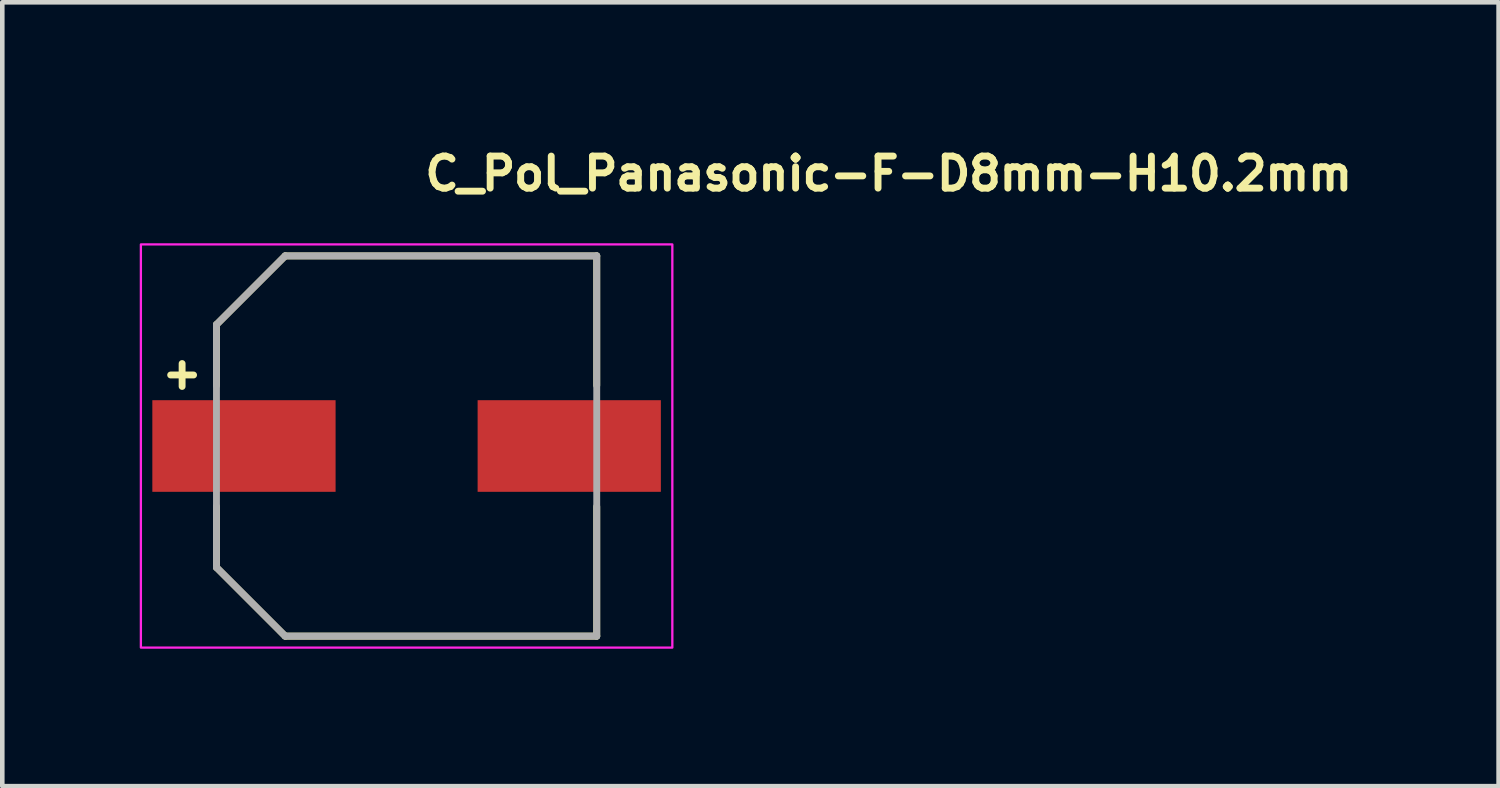
<source format=kicad_pcb>
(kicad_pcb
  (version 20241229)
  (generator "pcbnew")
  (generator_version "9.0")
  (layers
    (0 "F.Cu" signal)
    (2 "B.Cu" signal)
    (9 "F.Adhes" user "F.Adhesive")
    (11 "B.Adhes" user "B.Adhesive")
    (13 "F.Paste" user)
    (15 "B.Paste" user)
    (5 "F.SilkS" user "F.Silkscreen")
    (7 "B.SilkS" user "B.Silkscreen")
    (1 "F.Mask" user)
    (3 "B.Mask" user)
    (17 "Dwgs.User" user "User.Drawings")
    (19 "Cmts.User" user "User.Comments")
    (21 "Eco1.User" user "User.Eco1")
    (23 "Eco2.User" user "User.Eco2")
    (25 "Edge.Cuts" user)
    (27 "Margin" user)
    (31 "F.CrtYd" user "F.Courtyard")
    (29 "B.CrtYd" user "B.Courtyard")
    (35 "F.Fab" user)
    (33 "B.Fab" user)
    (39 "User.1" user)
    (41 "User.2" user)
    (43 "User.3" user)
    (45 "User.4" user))
  (footprint "C_Pol_Panasonic-F-D8mm-H10.2mm"
    (layer "F.Cu")
    (at 5.825 6.685)
    (property "Reference" "C_Pol_Panasonic-F-D8mm-H10.2mm" (at 0.325 -5.535 0) (layer "F.SilkS") (effects (font (size 0.7 0.7) (thickness 0.15)) (justify left bottom)))
    (attr smd)
    (fp_line (start -5.15 -1.55) (end -4.65 -1.55) (stroke (width 0.15) (type solid)) (layer "F.SilkS"))
    (fp_line (start -4.9 -1.8) (end -4.9 -1.3) (stroke (width 0.15) (type solid)) (layer "F.SilkS"))
    (fp_line (start -4.15 -2.65) (end -4.15 -1.32) (stroke (width 0.15) (type solid)) (layer "F.SilkS"))
    (fp_line (start -4.15 1.32) (end -4.15 2.65) (stroke (width 0.15) (type solid)) (layer "F.SilkS"))
    (fp_line (start -4.15 2.65) (end -2.65 4.15) (stroke (width 0.15) (type solid)) (layer "F.SilkS"))
    (fp_line (start -2.65 -4.15) (end -4.15 -2.65) (stroke (width 0.15) (type solid)) (layer "F.SilkS"))
    (fp_line (start -2.65 4.15) (end 4.15 4.15) (stroke (width 0.15) (type solid)) (layer "F.SilkS"))
    (fp_line (start 4.15 -4.15) (end -2.65 -4.15) (stroke (width 0.15) (type solid)) (layer "F.SilkS"))
    (fp_line (start 4.15 -1.32) (end 4.15 -4.15) (stroke (width 0.15) (type solid)) (layer "F.SilkS"))
    (fp_line (start 4.15 4.15) (end 4.15 1.32) (stroke (width 0.15) (type solid)) (layer "F.SilkS"))
    (fp_rect (start -5.8 -4.4) (end 5.8 4.4) (stroke (width 0.05) (type solid)) (fill no) (layer "F.CrtYd"))
    (fp_line (start -4.15 -2.65) (end -4.15 2.65) (stroke (width 0.15) (type solid)) (layer "F.Fab"))
    (fp_line (start -4.15 2.65) (end -2.65 4.15) (stroke (width 0.15) (type solid)) (layer "F.Fab"))
    (fp_line (start -2.65 -4.15) (end -4.15 -2.65) (stroke (width 0.15) (type solid)) (layer "F.Fab"))
    (fp_line (start -2.65 4.15) (end 4.15 4.15) (stroke (width 0.15) (type solid)) (layer "F.Fab"))
    (fp_line (start 4.15 -4.15) (end -2.65 -4.15) (stroke (width 0.15) (type solid)) (layer "F.Fab"))
    (fp_line (start 4.15 4.15) (end 4.15 -4.15) (stroke (width 0.15) (type solid)) (layer "F.Fab"))
    (fp_rect (start -4.85 -4.15) (end 4.85 4.15) (stroke (width 0.1) (type solid)) (fill no) (layer "User.5"))
    (fp_line (start -4.85 -0.45) (end -4.85 0.45) (stroke (width 0.02) (type solid)) (layer "User.9"))
    (fp_line (start -4.85 -0.45) (end -4.15 -0.45) (stroke (width 0.02) (type solid)) (layer "User.9"))
    (fp_line (start -4.85 0.45) (end -4.15 0.45) (stroke (width 0.02) (type solid)) (layer "User.9"))
    (fp_line (start -4.15 -1.5) (end -4.15 -2.35) (stroke (width 0.02) (type solid)) (layer "User.9"))
    (fp_line (start -4.15 1.5) (end -4.15 -1.5) (stroke (width 0.02) (type solid)) (layer "User.9"))
    (fp_line (start -4.15 1.5) (end -3.816 1.5) (stroke (width 0.02) (type solid)) (layer "User.9"))
    (fp_line (start -4.15 2.35) (end -4.15 1.5) (stroke (width 0.02) (type solid)) (layer "User.9"))
    (fp_line (start -4.15 2.35) (end -2.35 4.15) (stroke (width 0.02) (type solid)) (layer "User.9"))
    (fp_line (start -4 0) (end -3.996 -0.177) (stroke (width 0.02) (type solid)) (layer "User.9"))
    (fp_line (start -3.996 -0.177) (end -3.984 -0.354) (stroke (width 0.02) (type solid)) (layer "User.9"))
    (fp_line (start -3.996 0.177) (end -4 0) (stroke (width 0.02) (type solid)) (layer "User.9"))
    (fp_line (start -3.996 0.177) (end -4 0) (stroke (width 0.02) (type solid)) (layer "User.9"))
    (fp_line (start -3.984 -0.354) (end -3.965 -0.529) (stroke (width 0.02) (type solid)) (layer "User.9"))
    (fp_line (start -3.984 0.354) (end -3.996 0.177) (stroke (width 0.02) (type solid)) (layer "User.9"))
    (fp_line (start -3.984 0.354) (end -3.996 0.177) (stroke (width 0.02) (type solid)) (layer "User.9"))
    (fp_line (start -3.965 -0.529) (end -3.938 -0.704) (stroke (width 0.02) (type solid)) (layer "User.9"))
    (fp_line (start -3.965 0.529) (end -3.984 0.354) (stroke (width 0.02) (type solid)) (layer "User.9"))
    (fp_line (start -3.965 0.529) (end -3.984 0.354) (stroke (width 0.02) (type solid)) (layer "User.9"))
    (fp_line (start -3.938 -0.704) (end -3.903 -0.878) (stroke (width 0.02) (type solid)) (layer "User.9"))
    (fp_line (start -3.938 0.704) (end -3.965 0.529) (stroke (width 0.02) (type solid)) (layer "User.9"))
    (fp_line (start -3.938 0.704) (end -3.965 0.529) (stroke (width 0.02) (type solid)) (layer "User.9"))
    (fp_line (start -3.903 -0.878) (end -3.86 -1.05) (stroke (width 0.02) (type solid)) (layer "User.9"))
    (fp_line (start -3.903 0.878) (end -3.938 0.704) (stroke (width 0.02) (type solid)) (layer "User.9"))
    (fp_line (start -3.903 0.878) (end -3.938 0.704) (stroke (width 0.02) (type solid)) (layer "User.9"))
    (fp_line (start -3.86 -1.05) (end -3.81 -1.219) (stroke (width 0.02) (type solid)) (layer "User.9"))
    (fp_line (start -3.86 1.05) (end -3.903 0.878) (stroke (width 0.02) (type solid)) (layer "User.9"))
    (fp_line (start -3.86 1.05) (end -3.903 0.878) (stroke (width 0.02) (type solid)) (layer "User.9"))
    (fp_line (start -3.816 -1.5) (end -4.15 -1.5) (stroke (width 0.02) (type solid)) (layer "User.9"))
    (fp_line (start -3.816 1.5) (end -3.747 1.664) (stroke (width 0.02) (type solid)) (layer "User.9"))
    (fp_line (start -3.81 -1.219) (end -3.752 -1.387) (stroke (width 0.02) (type solid)) (layer "User.9"))
    (fp_line (start -3.81 1.219) (end -3.86 1.05) (stroke (width 0.02) (type solid)) (layer "User.9"))
    (fp_line (start -3.81 1.219) (end -3.86 1.05) (stroke (width 0.02) (type solid)) (layer "User.9"))
    (fp_line (start -3.752 -1.387) (end -3.687 -1.551) (stroke (width 0.02) (type solid)) (layer "User.9"))
    (fp_line (start -3.752 1.387) (end -3.81 1.219) (stroke (width 0.02) (type solid)) (layer "User.9"))
    (fp_line (start -3.752 1.387) (end -3.81 1.219) (stroke (width 0.02) (type solid)) (layer "User.9"))
    (fp_line (start -3.747 -1.664) (end -3.816 -1.5) (stroke (width 0.02) (type solid)) (layer "User.9"))
    (fp_line (start -3.747 1.664) (end -3.672 1.824) (stroke (width 0.02) (type solid)) (layer "User.9"))
    (fp_line (start -3.687 -1.551) (end -3.615 -1.713) (stroke (width 0.02) (type solid)) (layer "User.9"))
    (fp_line (start -3.687 1.551) (end -3.752 1.387) (stroke (width 0.02) (type solid)) (layer "User.9"))
    (fp_line (start -3.687 1.551) (end -3.752 1.387) (stroke (width 0.02) (type solid)) (layer "User.9"))
    (fp_line (start -3.672 -1.824) (end -3.747 -1.664) (stroke (width 0.02) (type solid)) (layer "User.9"))
    (fp_line (start -3.672 1.824) (end -3.59 1.981) (stroke (width 0.02) (type solid)) (layer "User.9"))
    (fp_line (start -3.615 -1.713) (end -3.535 -1.871) (stroke (width 0.02) (type solid)) (layer "User.9"))
    (fp_line (start -3.615 1.713) (end -3.687 1.551) (stroke (width 0.02) (type solid)) (layer "User.9"))
    (fp_line (start -3.615 1.713) (end -3.687 1.551) (stroke (width 0.02) (type solid)) (layer "User.9"))
    (fp_line (start -3.59 -1.981) (end -3.672 -1.824) (stroke (width 0.02) (type solid)) (layer "User.9"))
    (fp_line (start -3.59 1.981) (end -3.501 2.134) (stroke (width 0.02) (type solid)) (layer "User.9"))
    (fp_line (start -3.535 -1.871) (end -3.449 -2.025) (stroke (width 0.02) (type solid)) (layer "User.9"))
    (fp_line (start -3.535 1.871) (end -3.615 1.713) (stroke (width 0.02) (type solid)) (layer "User.9"))
    (fp_line (start -3.535 1.871) (end -3.615 1.713) (stroke (width 0.02) (type solid)) (layer "User.9"))
    (fp_line (start -3.501 -2.134) (end -3.59 -1.981) (stroke (width 0.02) (type solid)) (layer "User.9"))
    (fp_line (start -3.501 2.134) (end -3.405 2.284) (stroke (width 0.02) (type solid)) (layer "User.9"))
    (fp_line (start -3.5 0) (end -3.499 -0.086) (stroke (width 0.02) (type solid)) (layer "User.9"))
    (fp_line (start -3.499 -0.086) (end -3.496 -0.172) (stroke (width 0.02) (type solid)) (layer "User.9"))
    (fp_line (start -3.499 0.086) (end -3.5 0) (stroke (width 0.02) (type solid)) (layer "User.9"))
    (fp_line (start -3.496 -0.172) (end -3.49 -0.26) (stroke (width 0.02) (type solid)) (layer "User.9"))
    (fp_line (start -3.496 0.172) (end -3.499 0.086) (stroke (width 0.02) (type solid)) (layer "User.9"))
    (fp_line (start -3.49 -0.26) (end -3.483 -0.348) (stroke (width 0.02) (type solid)) (layer "User.9"))
    (fp_line (start -3.49 0.26) (end -3.496 0.172) (stroke (width 0.02) (type solid)) (layer "User.9"))
    (fp_line (start -3.483 -0.348) (end -3.473 -0.437) (stroke (width 0.02) (type solid)) (layer "User.9"))
    (fp_line (start -3.483 0.348) (end -3.49 0.26) (stroke (width 0.02) (type solid)) (layer "User.9"))
    (fp_line (start -3.473 -0.437) (end -3.46 -0.527) (stroke (width 0.02) (type solid)) (layer "User.9"))
    (fp_line (start -3.473 0.437) (end -3.483 0.348) (stroke (width 0.02) (type solid)) (layer "User.9"))
    (fp_line (start -3.46 -0.527) (end -3.445 -0.617) (stroke (width 0.02) (type solid)) (layer "User.9"))
    (fp_line (start -3.46 0.527) (end -3.473 0.437) (stroke (width 0.02) (type solid)) (layer "User.9"))
    (fp_line (start -3.449 -2.025) (end -3.356 -2.176) (stroke (width 0.02) (type solid)) (layer "User.9"))
    (fp_line (start -3.449 2.025) (end -3.535 1.871) (stroke (width 0.02) (type solid)) (layer "User.9"))
    (fp_line (start -3.449 2.025) (end -3.535 1.871) (stroke (width 0.02) (type solid)) (layer "User.9"))
    (fp_line (start -3.445 -0.617) (end -3.428 -0.708) (stroke (width 0.02) (type solid)) (layer "User.9"))
    (fp_line (start -3.445 0.617) (end -3.46 0.527) (stroke (width 0.02) (type solid)) (layer "User.9"))
    (fp_line (start -3.428 -0.708) (end -3.408 -0.799) (stroke (width 0.02) (type solid)) (layer "User.9"))
    (fp_line (start -3.428 0.708) (end -3.445 0.617) (stroke (width 0.02) (type solid)) (layer "User.9"))
    (fp_line (start -3.408 -0.799) (end -3.385 -0.89) (stroke (width 0.02) (type solid)) (layer "User.9"))
    (fp_line (start -3.408 0.799) (end -3.428 0.708) (stroke (width 0.02) (type solid)) (layer "User.9"))
    (fp_line (start -3.405 -2.284) (end -3.501 -2.134) (stroke (width 0.02) (type solid)) (layer "User.9"))
    (fp_line (start -3.405 2.284) (end -3.303 2.429) (stroke (width 0.02) (type solid)) (layer "User.9"))
    (fp_line (start -3.385 -0.89) (end -3.36 -0.982) (stroke (width 0.02) (type solid)) (layer "User.9"))
    (fp_line (start -3.385 0.89) (end -3.408 0.799) (stroke (width 0.02) (type solid)) (layer "User.9"))
    (fp_line (start -3.36 -0.982) (end -3.331 -1.073) (stroke (width 0.02) (type solid)) (layer "User.9"))
    (fp_line (start -3.36 0.982) (end -3.385 0.89) (stroke (width 0.02) (type solid)) (layer "User.9"))
    (fp_line (start -3.356 -2.176) (end -3.257 -2.322) (stroke (width 0.02) (type solid)) (layer "User.9"))
    (fp_line (start -3.356 2.176) (end -3.449 2.025) (stroke (width 0.02) (type solid)) (layer "User.9"))
    (fp_line (start -3.356 2.176) (end -3.449 2.025) (stroke (width 0.02) (type solid)) (layer "User.9"))
    (fp_line (start -3.331 -1.073) (end -3.301 -1.165) (stroke (width 0.02) (type solid)) (layer "User.9"))
    (fp_line (start -3.331 1.073) (end -3.36 0.982) (stroke (width 0.02) (type solid)) (layer "User.9"))
    (fp_line (start -3.303 -2.429) (end -3.405 -2.284) (stroke (width 0.02) (type solid)) (layer "User.9"))
    (fp_line (start -3.303 2.429) (end -3.195 2.569) (stroke (width 0.02) (type solid)) (layer "User.9"))
    (fp_line (start -3.301 -1.165) (end -3.267 -1.256) (stroke (width 0.02) (type solid)) (layer "User.9"))
    (fp_line (start -3.301 1.165) (end -3.331 1.073) (stroke (width 0.02) (type solid)) (layer "User.9"))
    (fp_line (start -3.267 -1.256) (end -3.23 -1.347) (stroke (width 0.02) (type solid)) (layer "User.9"))
    (fp_line (start -3.267 1.256) (end -3.301 1.165) (stroke (width 0.02) (type solid)) (layer "User.9"))
    (fp_line (start -3.257 -2.322) (end -3.151 -2.464) (stroke (width 0.02) (type solid)) (layer "User.9"))
    (fp_line (start -3.257 2.322) (end -3.356 2.176) (stroke (width 0.02) (type solid)) (layer "User.9"))
    (fp_line (start -3.257 2.322) (end -3.356 2.176) (stroke (width 0.02) (type solid)) (layer "User.9"))
    (fp_line (start -3.23 -1.347) (end -3.191 -1.438) (stroke (width 0.02) (type solid)) (layer "User.9"))
    (fp_line (start -3.23 1.347) (end -3.267 1.256) (stroke (width 0.02) (type solid)) (layer "User.9"))
    (fp_line (start -3.195 -2.569) (end -3.303 -2.429) (stroke (width 0.02) (type solid)) (layer "User.9"))
    (fp_line (start -3.195 2.569) (end -3.081 2.705) (stroke (width 0.02) (type solid)) (layer "User.9"))
    (fp_line (start -3.191 -1.438) (end -3.149 -1.528) (stroke (width 0.02) (type solid)) (layer "User.9"))
    (fp_line (start -3.191 1.438) (end -3.23 1.347) (stroke (width 0.02) (type solid)) (layer "User.9"))
    (fp_line (start -3.151 -2.464) (end -3.039 -2.601) (stroke (width 0.02) (type solid)) (layer "User.9"))
    (fp_line (start -3.151 2.464) (end -3.257 2.322) (stroke (width 0.02) (type solid)) (layer "User.9"))
    (fp_line (start -3.151 2.464) (end -3.257 2.322) (stroke (width 0.02) (type solid)) (layer "User.9"))
    (fp_line (start -3.149 -1.528) (end -3.104 -1.617) (stroke (width 0.02) (type solid)) (layer "User.9"))
    (fp_line (start -3.149 1.528) (end -3.191 1.438) (stroke (width 0.02) (type solid)) (layer "User.9"))
    (fp_line (start -3.104 -1.617) (end -3.056 -1.706) (stroke (width 0.02) (type solid)) (layer "User.9"))
    (fp_line (start -3.104 1.617) (end -3.149 1.528) (stroke (width 0.02) (type solid)) (layer "User.9"))
    (fp_line (start -3.081 -2.705) (end -3.195 -2.569) (stroke (width 0.02) (type solid)) (layer "User.9"))
    (fp_line (start -3.081 2.705) (end -2.961 2.836) (stroke (width 0.02) (type solid)) (layer "User.9"))
    (fp_line (start -3.056 -1.706) (end -3.006 -1.793) (stroke (width 0.02) (type solid)) (layer "User.9"))
    (fp_line (start -3.056 1.706) (end -3.104 1.617) (stroke (width 0.02) (type solid)) (layer "User.9"))
    (fp_line (start -3.039 -2.601) (end -2.921 -2.733) (stroke (width 0.02) (type solid)) (layer "User.9"))
    (fp_line (start -3.039 2.601) (end -3.151 2.464) (stroke (width 0.02) (type solid)) (layer "User.9"))
    (fp_line (start -3.039 2.601) (end -3.151 2.464) (stroke (width 0.02) (type solid)) (layer "User.9"))
    (fp_line (start -3.006 -1.793) (end -2.952 -1.88) (stroke (width 0.02) (type solid)) (layer "User.9"))
    (fp_line (start -3.006 1.793) (end -3.056 1.706) (stroke (width 0.02) (type solid)) (layer "User.9"))
    (fp_line (start -2.961 -2.836) (end -3.081 -2.705) (stroke (width 0.02) (type solid)) (layer "User.9"))
    (fp_line (start -2.961 2.836) (end -2.836 2.961) (stroke (width 0.02) (type solid)) (layer "User.9"))
    (fp_line (start -2.952 -1.88) (end -2.896 -1.965) (stroke (width 0.02) (type solid)) (layer "User.9"))
    (fp_line (start -2.952 1.88) (end -3.006 1.793) (stroke (width 0.02) (type solid)) (layer "User.9"))
    (fp_line (start -2.921 -2.733) (end -2.797 -2.86) (stroke (width 0.02) (type solid)) (layer "User.9"))
    (fp_line (start -2.921 2.733) (end -3.039 2.601) (stroke (width 0.02) (type solid)) (layer "User.9"))
    (fp_line (start -2.921 2.733) (end -3.039 2.601) (stroke (width 0.02) (type solid)) (layer "User.9"))
    (fp_line (start -2.896 -1.965) (end -2.837 -2.049) (stroke (width 0.02) (type solid)) (layer "User.9"))
    (fp_line (start -2.896 1.965) (end -2.952 1.88) (stroke (width 0.02) (type solid)) (layer "User.9"))
    (fp_line (start -2.837 -2.049) (end -2.776 -2.132) (stroke (width 0.02) (type solid)) (layer "User.9"))
    (fp_line (start -2.837 2.049) (end -2.896 1.965) (stroke (width 0.02) (type solid)) (layer "User.9"))
    (fp_line (start -2.836 -2.961) (end -2.961 -2.836) (stroke (width 0.02) (type solid)) (layer "User.9"))
    (fp_line (start -2.836 2.961) (end -2.705 3.081) (stroke (width 0.02) (type solid)) (layer "User.9"))
    (fp_line (start -2.797 -2.86) (end -2.668 -2.98) (stroke (width 0.02) (type solid)) (layer "User.9"))
    (fp_line (start -2.797 2.86) (end -2.921 2.733) (stroke (width 0.02) (type solid)) (layer "User.9"))
    (fp_line (start -2.797 2.86) (end -2.921 2.733) (stroke (width 0.02) (type solid)) (layer "User.9"))
    (fp_line (start -2.776 -2.132) (end -2.711 -2.213) (stroke (width 0.02) (type solid)) (layer "User.9"))
    (fp_line (start -2.776 2.132) (end -2.837 2.049) (stroke (width 0.02) (type solid)) (layer "User.9"))
    (fp_line (start -2.711 -2.213) (end -2.645 -2.293) (stroke (width 0.02) (type solid)) (layer "User.9"))
    (fp_line (start -2.711 2.213) (end -2.776 2.132) (stroke (width 0.02) (type solid)) (layer "User.9"))
    (fp_line (start -2.705 -3.081) (end -2.836 -2.961) (stroke (width 0.02) (type solid)) (layer "User.9"))
    (fp_line (start -2.705 3.081) (end -2.569 3.195) (stroke (width 0.02) (type solid)) (layer "User.9"))
    (fp_line (start -2.668 -2.98) (end -2.533 -3.096) (stroke (width 0.02) (type solid)) (layer "User.9"))
    (fp_line (start -2.668 2.98) (end -2.797 2.86) (stroke (width 0.02) (type solid)) (layer "User.9"))
    (fp_line (start -2.668 2.98) (end -2.797 2.86) (stroke (width 0.02) (type solid)) (layer "User.9"))
    (fp_line (start -2.645 -2.293) (end -2.575 -2.37) (stroke (width 0.02) (type solid)) (layer "User.9"))
    (fp_line (start -2.645 2.293) (end -2.711 2.213) (stroke (width 0.02) (type solid)) (layer "User.9"))
    (fp_line (start -2.575 -2.37) (end -2.503 -2.446) (stroke (width 0.02) (type solid)) (layer "User.9"))
    (fp_line (start -2.575 2.37) (end -2.645 2.293) (stroke (width 0.02) (type solid)) (layer "User.9"))
    (fp_line (start -2.569 -3.195) (end -2.705 -3.081) (stroke (width 0.02) (type solid)) (layer "User.9"))
    (fp_line (start -2.569 3.195) (end -2.429 3.303) (stroke (width 0.02) (type solid)) (layer "User.9"))
    (fp_line (start -2.533 -3.096) (end -2.394 -3.205) (stroke (width 0.02) (type solid)) (layer "User.9"))
    (fp_line (start -2.533 3.096) (end -2.668 2.98) (stroke (width 0.02) (type solid)) (layer "User.9"))
    (fp_line (start -2.533 3.096) (end -2.668 2.98) (stroke (width 0.02) (type solid)) (layer "User.9"))
    (fp_line (start -2.503 -2.446) (end -2.429 -2.52) (stroke (width 0.02) (type solid)) (layer "User.9"))
    (fp_line (start -2.503 2.446) (end -2.575 2.37) (stroke (width 0.02) (type solid)) (layer "User.9"))
    (fp_line (start -2.429 -3.303) (end -2.569 -3.195) (stroke (width 0.02) (type solid)) (layer "User.9"))
    (fp_line (start -2.429 -2.52) (end -2.353 -2.591) (stroke (width 0.02) (type solid)) (layer "User.9"))
    (fp_line (start -2.429 2.52) (end -2.503 2.446) (stroke (width 0.02) (type solid)) (layer "User.9"))
    (fp_line (start -2.429 3.303) (end -2.284 3.405) (stroke (width 0.02) (type solid)) (layer "User.9"))
    (fp_line (start -2.394 -3.205) (end -2.25 -3.307) (stroke (width 0.02) (type solid)) (layer "User.9"))
    (fp_line (start -2.394 3.205) (end -2.533 3.096) (stroke (width 0.02) (type solid)) (layer "User.9"))
    (fp_line (start -2.394 3.205) (end -2.533 3.096) (stroke (width 0.02) (type solid)) (layer "User.9"))
    (fp_line (start -2.353 -2.591) (end -2.274 -2.66) (stroke (width 0.02) (type solid)) (layer "User.9"))
    (fp_line (start -2.353 2.591) (end -2.429 2.52) (stroke (width 0.02) (type solid)) (layer "User.9"))
    (fp_line (start -2.35 -4.15) (end -4.15 -2.35) (stroke (width 0.02) (type solid)) (layer "User.9"))
    (fp_line (start -2.35 -4.15) (end -1.5 -4.15) (stroke (width 0.02) (type solid)) (layer "User.9"))
    (fp_line (start -2.35 4.15) (end -1.5 4.15) (stroke (width 0.02) (type solid)) (layer "User.9"))
    (fp_line (start -2.284 -3.405) (end -2.429 -3.303) (stroke (width 0.02) (type solid)) (layer "User.9"))
    (fp_line (start -2.284 3.405) (end -2.134 3.501) (stroke (width 0.02) (type solid)) (layer "User.9"))
    (fp_line (start -2.274 -2.66) (end -2.194 -2.727) (stroke (width 0.02) (type solid)) (layer "User.9"))
    (fp_line (start -2.274 2.66) (end -2.353 2.591) (stroke (width 0.02) (type solid)) (layer "User.9"))
    (fp_line (start -2.25 -3.307) (end -2.101 -3.404) (stroke (width 0.02) (type solid)) (layer "User.9"))
    (fp_line (start -2.25 3.307) (end -2.394 3.205) (stroke (width 0.02) (type solid)) (layer "User.9"))
    (fp_line (start -2.25 3.307) (end -2.394 3.205) (stroke (width 0.02) (type solid)) (layer "User.9"))
    (fp_line (start -2.194 -2.727) (end -2.111 -2.792) (stroke (width 0.02) (type solid)) (layer "User.9"))
    (fp_line (start -2.194 2.727) (end -2.274 2.66) (stroke (width 0.02) (type solid)) (layer "User.9"))
    (fp_line (start -2.134 -3.501) (end -2.284 -3.405) (stroke (width 0.02) (type solid)) (layer "User.9"))
    (fp_line (start -2.134 3.501) (end -1.981 3.59) (stroke (width 0.02) (type solid)) (layer "User.9"))
    (fp_line (start -2.111 -2.792) (end -2.027 -2.854) (stroke (width 0.02) (type solid)) (layer "User.9"))
    (fp_line (start -2.111 2.792) (end -2.194 2.727) (stroke (width 0.02) (type solid)) (layer "User.9"))
    (fp_line (start -2.101 -3.404) (end -1.949 -3.493) (stroke (width 0.02) (type solid)) (layer "User.9"))
    (fp_line (start -2.101 3.404) (end -2.25 3.307) (stroke (width 0.02) (type solid)) (layer "User.9"))
    (fp_line (start -2.101 3.404) (end -2.25 3.307) (stroke (width 0.02) (type solid)) (layer "User.9"))
    (fp_line (start -2.027 -2.854) (end -1.94 -2.913) (stroke (width 0.02) (type solid)) (layer "User.9"))
    (fp_line (start -2.027 2.854) (end -2.111 2.792) (stroke (width 0.02) (type solid)) (layer "User.9"))
    (fp_line (start -1.981 -3.59) (end -2.134 -3.501) (stroke (width 0.02) (type solid)) (layer "User.9"))
    (fp_line (start -1.981 3.59) (end -1.824 3.672) (stroke (width 0.02) (type solid)) (layer "User.9"))
    (fp_line (start -1.949 -3.493) (end -1.792 -3.576) (stroke (width 0.02) (type solid)) (layer "User.9"))
    (fp_line (start -1.949 3.493) (end -2.101 3.404) (stroke (width 0.02) (type solid)) (layer "User.9"))
    (fp_line (start -1.949 3.493) (end -2.101 3.404) (stroke (width 0.02) (type solid)) (layer "User.9"))
    (fp_line (start -1.94 -2.913) (end -1.853 -2.969) (stroke (width 0.02) (type solid)) (layer "User.9"))
    (fp_line (start -1.94 2.913) (end -2.027 2.854) (stroke (width 0.02) (type solid)) (layer "User.9"))
    (fp_line (start -1.853 -2.969) (end -1.763 -3.023) (stroke (width 0.02) (type solid)) (layer "User.9"))
    (fp_line (start -1.853 2.969) (end -1.94 2.913) (stroke (width 0.02) (type solid)) (layer "User.9"))
    (fp_line (start -1.824 -3.672) (end -1.981 -3.59) (stroke (width 0.02) (type solid)) (layer "User.9"))
    (fp_line (start -1.824 3.672) (end -1.664 3.747) (stroke (width 0.02) (type solid)) (layer "User.9"))
    (fp_line (start -1.792 -3.576) (end -1.632 -3.652) (stroke (width 0.02) (type solid)) (layer "User.9"))
    (fp_line (start -1.792 3.576) (end -1.949 3.493) (stroke (width 0.02) (type solid)) (layer "User.9"))
    (fp_line (start -1.792 3.576) (end -1.949 3.493) (stroke (width 0.02) (type solid)) (layer "User.9"))
    (fp_line (start -1.763 -3.023) (end -1.673 -3.074) (stroke (width 0.02) (type solid)) (layer "User.9"))
    (fp_line (start -1.763 3.023) (end -1.853 2.969) (stroke (width 0.02) (type solid)) (layer "User.9"))
    (fp_line (start -1.673 -3.074) (end -1.581 -3.123) (stroke (width 0.02) (type solid)) (layer "User.9"))
    (fp_line (start -1.673 3.074) (end -1.763 3.023) (stroke (width 0.02) (type solid)) (layer "User.9"))
    (fp_line (start -1.664 -3.747) (end -1.824 -3.672) (stroke (width 0.02) (type solid)) (layer "User.9"))
    (fp_line (start -1.664 3.747) (end -1.5 3.816) (stroke (width 0.02) (type solid)) (layer "User.9"))
    (fp_line (start -1.632 -3.652) (end -1.469 -3.72) (stroke (width 0.02) (type solid)) (layer "User.9"))
    (fp_line (start -1.632 3.652) (end -1.792 3.576) (stroke (width 0.02) (type solid)) (layer "User.9"))
    (fp_line (start -1.632 3.652) (end -1.792 3.576) (stroke (width 0.02) (type solid)) (layer "User.9"))
    (fp_line (start -1.581 -3.123) (end -1.488 -3.168) (stroke (width 0.02) (type solid)) (layer "User.9"))
    (fp_line (start -1.581 3.123) (end -1.673 3.074) (stroke (width 0.02) (type solid)) (layer "User.9"))
    (fp_line (start -1.5 -4.15) (end -1.5 -3.816) (stroke (width 0.02) (type solid)) (layer "User.9"))
    (fp_line (start -1.5 -3.816) (end -1.664 -3.747) (stroke (width 0.02) (type solid)) (layer "User.9"))
    (fp_line (start -1.5 3.816) (end -1.5 4.15) (stroke (width 0.02) (type solid)) (layer "User.9"))
    (fp_line (start -1.5 4.15) (end 1.5 4.15) (stroke (width 0.02) (type solid)) (layer "User.9"))
    (fp_line (start -1.488 -3.168) (end -1.394 -3.21) (stroke (width 0.02) (type solid)) (layer "User.9"))
    (fp_line (start -1.488 3.168) (end -1.581 3.123) (stroke (width 0.02) (type solid)) (layer "User.9"))
    (fp_line (start -1.469 -3.72) (end -1.303 -3.782) (stroke (width 0.02) (type solid)) (layer "User.9"))
    (fp_line (start -1.469 3.72) (end -1.632 3.652) (stroke (width 0.02) (type solid)) (layer "User.9"))
    (fp_line (start -1.469 3.72) (end -1.632 3.652) (stroke (width 0.02) (type solid)) (layer "User.9"))
    (fp_line (start -1.394 -3.21) (end -1.299 -3.25) (stroke (width 0.02) (type solid)) (layer "User.9"))
    (fp_line (start -1.394 3.21) (end -1.488 3.168) (stroke (width 0.02) (type solid)) (layer "User.9"))
    (fp_line (start -1.303 -3.782) (end -1.135 -3.836) (stroke (width 0.02) (type solid)) (layer "User.9"))
    (fp_line (start -1.303 3.782) (end -1.469 3.72) (stroke (width 0.02) (type solid)) (layer "User.9"))
    (fp_line (start -1.303 3.782) (end -1.469 3.72) (stroke (width 0.02) (type solid)) (layer "User.9"))
    (fp_line (start -1.299 -3.25) (end -1.204 -3.287) (stroke (width 0.02) (type solid)) (layer "User.9"))
    (fp_line (start -1.299 3.25) (end -1.394 3.21) (stroke (width 0.02) (type solid)) (layer "User.9"))
    (fp_line (start -1.204 -3.287) (end -1.108 -3.32) (stroke (width 0.02) (type solid)) (layer "User.9"))
    (fp_line (start -1.204 3.287) (end -1.299 3.25) (stroke (width 0.02) (type solid)) (layer "User.9"))
    (fp_line (start -1.135 -3.836) (end -0.964 -3.882) (stroke (width 0.02) (type solid)) (layer "User.9"))
    (fp_line (start -1.135 3.836) (end -1.303 3.782) (stroke (width 0.02) (type solid)) (layer "User.9"))
    (fp_line (start -1.135 3.836) (end -1.303 3.782) (stroke (width 0.02) (type solid)) (layer "User.9"))
    (fp_line (start -1.108 -3.32) (end -1.011 -3.351) (stroke (width 0.02) (type solid)) (layer "User.9"))
    (fp_line (start -1.108 3.32) (end -1.204 3.287) (stroke (width 0.02) (type solid)) (layer "User.9"))
    (fp_line (start -1.011 -3.351) (end -0.914 -3.378) (stroke (width 0.02) (type solid)) (layer "User.9"))
    (fp_line (start -1.011 3.351) (end -1.108 3.32) (stroke (width 0.02) (type solid)) (layer "User.9"))
    (fp_line (start -0.964 -3.882) (end -0.791 -3.921) (stroke (width 0.02) (type solid)) (layer "User.9"))
    (fp_line (start -0.964 3.882) (end -1.135 3.836) (stroke (width 0.02) (type solid)) (layer "User.9"))
    (fp_line (start -0.964 3.882) (end -1.135 3.836) (stroke (width 0.02) (type solid)) (layer "User.9"))
    (fp_line (start -0.914 -3.378) (end -0.817 -3.403) (stroke (width 0.02) (type solid)) (layer "User.9"))
    (fp_line (start -0.914 3.378) (end -1.011 3.351) (stroke (width 0.02) (type solid)) (layer "User.9"))
    (fp_line (start -0.817 -3.403) (end -0.72 -3.425) (stroke (width 0.02) (type solid)) (layer "User.9"))
    (fp_line (start -0.817 3.403) (end -0.914 3.378) (stroke (width 0.02) (type solid)) (layer "User.9"))
    (fp_line (start -0.791 -3.921) (end -0.617 -3.952) (stroke (width 0.02) (type solid)) (layer "User.9"))
    (fp_line (start -0.791 3.921) (end -0.964 3.882) (stroke (width 0.02) (type solid)) (layer "User.9"))
    (fp_line (start -0.791 3.921) (end -0.964 3.882) (stroke (width 0.02) (type solid)) (layer "User.9"))
    (fp_line (start -0.72 -3.425) (end -0.623 -3.444) (stroke (width 0.02) (type solid)) (layer "User.9"))
    (fp_line (start -0.72 3.425) (end -0.817 3.403) (stroke (width 0.02) (type solid)) (layer "User.9"))
    (fp_line (start -0.623 -3.444) (end -0.527 -3.46) (stroke (width 0.02) (type solid)) (layer "User.9"))
    (fp_line (start -0.623 3.444) (end -0.72 3.425) (stroke (width 0.02) (type solid)) (layer "User.9"))
    (fp_line (start -0.617 -3.952) (end -0.442 -3.976) (stroke (width 0.02) (type solid)) (layer "User.9"))
    (fp_line (start -0.617 3.952) (end -0.791 3.921) (stroke (width 0.02) (type solid)) (layer "User.9"))
    (fp_line (start -0.617 3.952) (end -0.791 3.921) (stroke (width 0.02) (type solid)) (layer "User.9"))
    (fp_line (start -0.527 -3.46) (end -0.43 -3.473) (stroke (width 0.02) (type solid)) (layer "User.9"))
    (fp_line (start -0.527 3.46) (end -0.623 3.444) (stroke (width 0.02) (type solid)) (layer "User.9"))
    (fp_line (start -0.442 -3.976) (end -0.265 -3.991) (stroke (width 0.02) (type solid)) (layer "User.9"))
    (fp_line (start -0.442 3.976) (end -0.617 3.952) (stroke (width 0.02) (type solid)) (layer "User.9"))
    (fp_line (start -0.442 3.976) (end -0.617 3.952) (stroke (width 0.02) (type solid)) (layer "User.9"))
    (fp_line (start -0.43 -3.473) (end -0.334 -3.484) (stroke (width 0.02) (type solid)) (layer "User.9"))
    (fp_line (start -0.43 3.473) (end -0.527 3.46) (stroke (width 0.02) (type solid)) (layer "User.9"))
    (fp_line (start -0.334 -3.484) (end -0.239 -3.492) (stroke (width 0.02) (type solid)) (layer "User.9"))
    (fp_line (start -0.334 3.484) (end -0.43 3.473) (stroke (width 0.02) (type solid)) (layer "User.9"))
    (fp_line (start -0.265 -3.991) (end -0.088 -3.999) (stroke (width 0.02) (type solid)) (layer "User.9"))
    (fp_line (start -0.265 3.991) (end -0.442 3.976) (stroke (width 0.02) (type solid)) (layer "User.9"))
    (fp_line (start -0.265 3.991) (end -0.442 3.976) (stroke (width 0.02) (type solid)) (layer "User.9"))
    (fp_line (start -0.239 -3.492) (end -0.144 -3.497) (stroke (width 0.02) (type solid)) (layer "User.9"))
    (fp_line (start -0.239 3.492) (end -0.334 3.484) (stroke (width 0.02) (type solid)) (layer "User.9"))
    (fp_line (start -0.144 -3.497) (end -0.05 -3.5) (stroke (width 0.02) (type solid)) (layer "User.9"))
    (fp_line (start -0.144 3.497) (end -0.239 3.492) (stroke (width 0.02) (type solid)) (layer "User.9"))
    (fp_line (start -0.088 -3.999) (end 0.088 -3.999) (stroke (width 0.02) (type solid)) (layer "User.9"))
    (fp_line (start -0.088 3.999) (end -0.265 3.991) (stroke (width 0.02) (type solid)) (layer "User.9"))
    (fp_line (start -0.088 3.999) (end -0.265 3.991) (stroke (width 0.02) (type solid)) (layer "User.9"))
    (fp_line (start -0.05 -3.5) (end 0.043 -3.5) (stroke (width 0.02) (type solid)) (layer "User.9"))
    (fp_line (start -0.05 3.5) (end -0.144 3.497) (stroke (width 0.02) (type solid)) (layer "User.9"))
    (fp_line (start 0.043 -3.5) (end 0.135 -3.497) (stroke (width 0.02) (type solid)) (layer "User.9"))
    (fp_line (start 0.043 3.5) (end -0.05 3.5) (stroke (width 0.02) (type solid)) (layer "User.9"))
    (fp_line (start 0.088 -3.999) (end 0.265 -3.991) (stroke (width 0.02) (type solid)) (layer "User.9"))
    (fp_line (start 0.088 3.999) (end -0.088 3.999) (stroke (width 0.02) (type solid)) (layer "User.9"))
    (fp_line (start 0.088 3.999) (end -0.088 3.999) (stroke (width 0.02) (type solid)) (layer "User.9"))
    (fp_line (start 0.135 -3.497) (end 0.227 -3.493) (stroke (width 0.02) (type solid)) (layer "User.9"))
    (fp_line (start 0.135 3.497) (end 0.043 3.5) (stroke (width 0.02) (type solid)) (layer "User.9"))
    (fp_line (start 0.227 -3.493) (end 0.317 -3.486) (stroke (width 0.02) (type solid)) (layer "User.9"))
    (fp_line (start 0.227 3.493) (end 0.135 3.497) (stroke (width 0.02) (type solid)) (layer "User.9"))
    (fp_line (start 0.265 -3.991) (end 0.442 -3.976) (stroke (width 0.02) (type solid)) (layer "User.9"))
    (fp_line (start 0.265 3.991) (end 0.088 3.999) (stroke (width 0.02) (type solid)) (layer "User.9"))
    (fp_line (start 0.265 3.991) (end 0.088 3.999) (stroke (width 0.02) (type solid)) (layer "User.9"))
    (fp_line (start 0.317 -3.486) (end 0.406 -3.476) (stroke (width 0.02) (type solid)) (layer "User.9"))
    (fp_line (start 0.317 3.486) (end 0.227 3.493) (stroke (width 0.02) (type solid)) (layer "User.9"))
    (fp_line (start 0.406 -3.476) (end 0.494 -3.465) (stroke (width 0.02) (type solid)) (layer "User.9"))
    (fp_line (start 0.406 3.476) (end 0.317 3.486) (stroke (width 0.02) (type solid)) (layer "User.9"))
    (fp_line (start 0.442 -3.976) (end 0.617 -3.952) (stroke (width 0.02) (type solid)) (layer "User.9"))
    (fp_line (start 0.442 3.976) (end 0.265 3.991) (stroke (width 0.02) (type solid)) (layer "User.9"))
    (fp_line (start 0.442 3.976) (end 0.265 3.991) (stroke (width 0.02) (type solid)) (layer "User.9"))
    (fp_line (start 0.494 -3.465) (end 0.581 -3.451) (stroke (width 0.02) (type solid)) (layer "User.9"))
    (fp_line (start 0.494 3.465) (end 0.406 3.476) (stroke (width 0.02) (type solid)) (layer "User.9"))
    (fp_line (start 0.581 -3.451) (end 0.666 -3.436) (stroke (width 0.02) (type solid)) (layer "User.9"))
    (fp_line (start 0.581 3.451) (end 0.494 3.465) (stroke (width 0.02) (type solid)) (layer "User.9"))
    (fp_line (start 0.617 -3.952) (end 0.791 -3.921) (stroke (width 0.02) (type solid)) (layer "User.9"))
    (fp_line (start 0.617 3.952) (end 0.442 3.976) (stroke (width 0.02) (type solid)) (layer "User.9"))
    (fp_line (start 0.617 3.952) (end 0.442 3.976) (stroke (width 0.02) (type solid)) (layer "User.9"))
    (fp_line (start 0.666 -3.436) (end 0.75 -3.419) (stroke (width 0.02) (type solid)) (layer "User.9"))
    (fp_line (start 0.666 3.436) (end 0.581 3.451) (stroke (width 0.02) (type solid)) (layer "User.9"))
    (fp_line (start 0.75 -3.419) (end 0.75 3.419) (stroke (width 0.02) (type solid)) (layer "User.9"))
    (fp_line (start 0.75 -3.419) (end 0.912 -3.379) (stroke (width 0.02) (type solid)) (layer "User.9"))
    (fp_line (start 0.75 3.419) (end 0.666 3.436) (stroke (width 0.02) (type solid)) (layer "User.9"))
    (fp_line (start 0.791 -3.921) (end 0.964 -3.882) (stroke (width 0.02) (type solid)) (layer "User.9"))
    (fp_line (start 0.791 3.921) (end 0.617 3.952) (stroke (width 0.02) (type solid)) (layer "User.9"))
    (fp_line (start 0.791 3.921) (end 0.617 3.952) (stroke (width 0.02) (type solid)) (layer "User.9"))
    (fp_line (start 0.912 -3.379) (end 1.071 -3.332) (stroke (width 0.02) (type solid)) (layer "User.9"))
    (fp_line (start 0.912 3.379) (end 0.75 3.419) (stroke (width 0.02) (type solid)) (layer "User.9"))
    (fp_line (start 0.964 -3.882) (end 1.135 -3.836) (stroke (width 0.02) (type solid)) (layer "User.9"))
    (fp_line (start 0.964 3.882) (end 0.791 3.921) (stroke (width 0.02) (type solid)) (layer "User.9"))
    (fp_line (start 0.964 3.882) (end 0.791 3.921) (stroke (width 0.02) (type solid)) (layer "User.9"))
    (fp_line (start 1.071 -3.332) (end 1.228 -3.277) (stroke (width 0.02) (type solid)) (layer "User.9"))
    (fp_line (start 1.071 3.332) (end 0.912 3.379) (stroke (width 0.02) (type solid)) (layer "User.9"))
    (fp_line (start 1.135 -3.836) (end 1.303 -3.782) (stroke (width 0.02) (type solid)) (layer "User.9"))
    (fp_line (start 1.135 3.836) (end 0.964 3.882) (stroke (width 0.02) (type solid)) (layer "User.9"))
    (fp_line (start 1.135 3.836) (end 0.964 3.882) (stroke (width 0.02) (type solid)) (layer "User.9"))
    (fp_line (start 1.228 -3.277) (end 1.383 -3.215) (stroke (width 0.02) (type solid)) (layer "User.9"))
    (fp_line (start 1.228 3.277) (end 1.071 3.332) (stroke (width 0.02) (type solid)) (layer "User.9"))
    (fp_line (start 1.303 -3.782) (end 1.469 -3.72) (stroke (width 0.02) (type solid)) (layer "User.9"))
    (fp_line (start 1.303 3.782) (end 1.135 3.836) (stroke (width 0.02) (type solid)) (layer "User.9"))
    (fp_line (start 1.303 3.782) (end 1.135 3.836) (stroke (width 0.02) (type solid)) (layer "User.9"))
    (fp_line (start 1.383 -3.215) (end 1.534 -3.146) (stroke (width 0.02) (type solid)) (layer "User.9"))
    (fp_line (start 1.383 3.215) (end 1.228 3.277) (stroke (width 0.02) (type solid)) (layer "User.9"))
    (fp_line (start 1.469 -3.72) (end 1.632 -3.652) (stroke (width 0.02) (type solid)) (layer "User.9"))
    (fp_line (start 1.469 3.72) (end 1.303 3.782) (stroke (width 0.02) (type solid)) (layer "User.9"))
    (fp_line (start 1.469 3.72) (end 1.303 3.782) (stroke (width 0.02) (type solid)) (layer "User.9"))
    (fp_line (start 1.5 -4.15) (end -1.5 -4.15) (stroke (width 0.02) (type solid)) (layer "User.9"))
    (fp_line (start 1.5 -4.15) (end 1.5 -3.816) (stroke (width 0.02) (type solid)) (layer "User.9"))
    (fp_line (start 1.5 -3.816) (end 1.664 -3.747) (stroke (width 0.02) (type solid)) (layer "User.9"))
    (fp_line (start 1.5 3.816) (end 1.5 4.15) (stroke (width 0.02) (type solid)) (layer "User.9"))
    (fp_line (start 1.5 4.15) (end 3.15 4.15) (stroke (width 0.02) (type solid)) (layer "User.9"))
    (fp_line (start 1.534 -3.146) (end 1.682 -3.07) (stroke (width 0.02) (type solid)) (layer "User.9"))
    (fp_line (start 1.534 3.146) (end 1.383 3.215) (stroke (width 0.02) (type solid)) (layer "User.9"))
    (fp_line (start 1.632 -3.652) (end 1.792 -3.576) (stroke (width 0.02) (type solid)) (layer "User.9"))
    (fp_line (start 1.632 3.652) (end 1.469 3.72) (stroke (width 0.02) (type solid)) (layer "User.9"))
    (fp_line (start 1.632 3.652) (end 1.469 3.72) (stroke (width 0.02) (type solid)) (layer "User.9"))
    (fp_line (start 1.664 -3.747) (end 1.824 -3.672) (stroke (width 0.02) (type solid)) (layer "User.9"))
    (fp_line (start 1.664 3.747) (end 1.5 3.816) (stroke (width 0.02) (type solid)) (layer "User.9"))
    (fp_line (start 1.682 -3.07) (end 1.826 -2.986) (stroke (width 0.02) (type solid)) (layer "User.9"))
    (fp_line (start 1.682 3.07) (end 1.534 3.146) (stroke (width 0.02) (type solid)) (layer "User.9"))
    (fp_line (start 1.792 -3.576) (end 1.949 -3.493) (stroke (width 0.02) (type solid)) (layer "User.9"))
    (fp_line (start 1.792 3.576) (end 1.632 3.652) (stroke (width 0.02) (type solid)) (layer "User.9"))
    (fp_line (start 1.792 3.576) (end 1.632 3.652) (stroke (width 0.02) (type solid)) (layer "User.9"))
    (fp_line (start 1.824 -3.672) (end 1.981 -3.59) (stroke (width 0.02) (type solid)) (layer "User.9"))
    (fp_line (start 1.824 3.672) (end 1.664 3.747) (stroke (width 0.02) (type solid)) (layer "User.9"))
    (fp_line (start 1.826 -2.986) (end 1.965 -2.896) (stroke (width 0.02) (type solid)) (layer "User.9"))
    (fp_line (start 1.826 2.986) (end 1.682 3.07) (stroke (width 0.02) (type solid)) (layer "User.9"))
    (fp_line (start 1.949 -3.493) (end 2.101 -3.404) (stroke (width 0.02) (type solid)) (layer "User.9"))
    (fp_line (start 1.949 3.493) (end 1.792 3.576) (stroke (width 0.02) (type solid)) (layer "User.9"))
    (fp_line (start 1.949 3.493) (end 1.792 3.576) (stroke (width 0.02) (type solid)) (layer "User.9"))
    (fp_line (start 1.965 -2.896) (end 2.101 -2.799) (stroke (width 0.02) (type solid)) (layer "User.9"))
    (fp_line (start 1.965 2.896) (end 1.826 2.986) (stroke (width 0.02) (type solid)) (layer "User.9"))
    (fp_line (start 1.981 -3.59) (end 2.134 -3.501) (stroke (width 0.02) (type solid)) (layer "User.9"))
    (fp_line (start 1.981 3.59) (end 1.824 3.672) (stroke (width 0.02) (type solid)) (layer "User.9"))
    (fp_line (start 2.101 -3.404) (end 2.25 -3.307) (stroke (width 0.02) (type solid)) (layer "User.9"))
    (fp_line (start 2.101 -2.799) (end 2.231 -2.696) (stroke (width 0.02) (type solid)) (layer "User.9"))
    (fp_line (start 2.101 2.799) (end 1.965 2.896) (stroke (width 0.02) (type solid)) (layer "User.9"))
    (fp_line (start 2.101 3.404) (end 1.949 3.493) (stroke (width 0.02) (type solid)) (layer "User.9"))
    (fp_line (start 2.101 3.404) (end 1.949 3.493) (stroke (width 0.02) (type solid)) (layer "User.9"))
    (fp_line (start 2.134 -3.501) (end 2.284 -3.405) (stroke (width 0.02) (type solid)) (layer "User.9"))
    (fp_line (start 2.134 3.501) (end 1.981 3.59) (stroke (width 0.02) (type solid)) (layer "User.9"))
    (fp_line (start 2.231 -2.696) (end 2.357 -2.587) (stroke (width 0.02) (type solid)) (layer "User.9"))
    (fp_line (start 2.231 2.696) (end 2.101 2.799) (stroke (width 0.02) (type solid)) (layer "User.9"))
    (fp_line (start 2.25 -3.307) (end 2.394 -3.205) (stroke (width 0.02) (type solid)) (layer "User.9"))
    (fp_line (start 2.25 3.307) (end 2.101 3.404) (stroke (width 0.02) (type solid)) (layer "User.9"))
    (fp_line (start 2.25 3.307) (end 2.101 3.404) (stroke (width 0.02) (type solid)) (layer "User.9"))
    (fp_line (start 2.284 -3.405) (end 2.429 -3.303) (stroke (width 0.02) (type solid)) (layer "User.9"))
    (fp_line (start 2.284 3.405) (end 2.134 3.501) (stroke (width 0.02) (type solid)) (layer "User.9"))
    (fp_line (start 2.357 -2.587) (end 2.477 -2.472) (stroke (width 0.02) (type solid)) (layer "User.9"))
    (fp_line (start 2.357 2.587) (end 2.231 2.696) (stroke (width 0.02) (type solid)) (layer "User.9"))
    (fp_line (start 2.394 -3.205) (end 2.533 -3.096) (stroke (width 0.02) (type solid)) (layer "User.9"))
    (fp_line (start 2.394 3.205) (end 2.25 3.307) (stroke (width 0.02) (type solid)) (layer "User.9"))
    (fp_line (start 2.394 3.205) (end 2.25 3.307) (stroke (width 0.02) (type solid)) (layer "User.9"))
    (fp_line (start 2.429 -3.303) (end 2.569 -3.195) (stroke (width 0.02) (type solid)) (layer "User.9"))
    (fp_line (start 2.429 3.303) (end 2.284 3.405) (stroke (width 0.02) (type solid)) (layer "User.9"))
    (fp_line (start 2.477 -2.472) (end 2.592 -2.352) (stroke (width 0.02) (type solid)) (layer "User.9"))
    (fp_line (start 2.477 2.472) (end 2.357 2.587) (stroke (width 0.02) (type solid)) (layer "User.9"))
    (fp_line (start 2.533 -3.096) (end 2.668 -2.98) (stroke (width 0.02) (type solid)) (layer "User.9"))
    (fp_line (start 2.533 3.096) (end 2.394 3.205) (stroke (width 0.02) (type solid)) (layer "User.9"))
    (fp_line (start 2.533 3.096) (end 2.394 3.205) (stroke (width 0.02) (type solid)) (layer "User.9"))
    (fp_line (start 2.569 -3.195) (end 2.705 -3.081) (stroke (width 0.02) (type solid)) (layer "User.9"))
    (fp_line (start 2.569 3.195) (end 2.429 3.303) (stroke (width 0.02) (type solid)) (layer "User.9"))
    (fp_line (start 2.592 -2.352) (end 2.701 -2.226) (stroke (width 0.02) (type solid)) (layer "User.9"))
    (fp_line (start 2.592 2.352) (end 2.477 2.472) (stroke (width 0.02) (type solid)) (layer "User.9"))
    (fp_line (start 2.668 -2.98) (end 2.797 -2.86) (stroke (width 0.02) (type solid)) (layer "User.9"))
    (fp_line (start 2.668 2.98) (end 2.533 3.096) (stroke (width 0.02) (type solid)) (layer "User.9"))
    (fp_line (start 2.668 2.98) (end 2.533 3.096) (stroke (width 0.02) (type solid)) (layer "User.9"))
    (fp_line (start 2.701 -2.226) (end 2.804 -2.095) (stroke (width 0.02) (type solid)) (layer "User.9"))
    (fp_line (start 2.701 2.226) (end 2.592 2.352) (stroke (width 0.02) (type solid)) (layer "User.9"))
    (fp_line (start 2.705 -3.081) (end 2.836 -2.961) (stroke (width 0.02) (type solid)) (layer "User.9"))
    (fp_line (start 2.705 3.081) (end 2.569 3.195) (stroke (width 0.02) (type solid)) (layer "User.9"))
    (fp_line (start 2.797 -2.86) (end 2.921 -2.733) (stroke (width 0.02) (type solid)) (layer "User.9"))
    (fp_line (start 2.797 2.86) (end 2.668 2.98) (stroke (width 0.02) (type solid)) (layer "User.9"))
    (fp_line (start 2.797 2.86) (end 2.668 2.98) (stroke (width 0.02) (type solid)) (layer "User.9"))
    (fp_line (start 2.804 -2.095) (end 2.9 -1.96) (stroke (width 0.02) (type solid)) (layer "User.9"))
    (fp_line (start 2.804 2.095) (end 2.701 2.226) (stroke (width 0.02) (type solid)) (layer "User.9"))
    (fp_line (start 2.836 -2.961) (end 2.961 -2.836) (stroke (width 0.02) (type solid)) (layer "User.9"))
    (fp_line (start 2.836 2.961) (end 2.705 3.081) (stroke (width 0.02) (type solid)) (layer "User.9"))
    (fp_line (start 2.9 -1.96) (end 2.99 -1.82) (stroke (width 0.02) (type solid)) (layer "User.9"))
    (fp_line (start 2.9 1.96) (end 2.804 2.095) (stroke (width 0.02) (type solid)) (layer "User.9"))
    (fp_line (start 2.921 -2.733) (end 3.039 -2.601) (stroke (width 0.02) (type solid)) (layer "User.9"))
    (fp_line (start 2.921 2.733) (end 2.797 2.86) (stroke (width 0.02) (type solid)) (layer "User.9"))
    (fp_line (start 2.921 2.733) (end 2.797 2.86) (stroke (width 0.02) (type solid)) (layer "User.9"))
    (fp_line (start 2.961 -2.836) (end 3.081 -2.705) (stroke (width 0.02) (type solid)) (layer "User.9"))
    (fp_line (start 2.961 2.836) (end 2.836 2.961) (stroke (width 0.02) (type solid)) (layer "User.9"))
    (fp_line (start 2.99 -1.82) (end 3.073 -1.675) (stroke (width 0.02) (type solid)) (layer "User.9"))
    (fp_line (start 2.99 1.82) (end 2.9 1.96) (stroke (width 0.02) (type solid)) (layer "User.9"))
    (fp_line (start 3.039 -2.601) (end 3.151 -2.464) (stroke (width 0.02) (type solid)) (layer "User.9"))
    (fp_line (start 3.039 2.601) (end 2.921 2.733) (stroke (width 0.02) (type solid)) (layer "User.9"))
    (fp_line (start 3.039 2.601) (end 2.921 2.733) (stroke (width 0.02) (type solid)) (layer "User.9"))
    (fp_line (start 3.073 -1.675) (end 3.149 -1.527) (stroke (width 0.02) (type solid)) (layer "User.9"))
    (fp_line (start 3.073 1.675) (end 2.99 1.82) (stroke (width 0.02) (type solid)) (layer "User.9"))
    (fp_line (start 3.081 -2.705) (end 3.195 -2.569) (stroke (width 0.02) (type solid)) (layer "User.9"))
    (fp_line (start 3.081 2.705) (end 2.961 2.836) (stroke (width 0.02) (type solid)) (layer "User.9"))
    (fp_line (start 3.149 -1.527) (end 3.218 -1.376) (stroke (width 0.02) (type solid)) (layer "User.9"))
    (fp_line (start 3.149 1.527) (end 3.073 1.675) (stroke (width 0.02) (type solid)) (layer "User.9"))
    (fp_line (start 3.15 -4.15) (end 1.5 -4.15) (stroke (width 0.02) (type solid)) (layer "User.9"))
    (fp_line (start 3.15 4.15) (end 3.237 4.146) (stroke (width 0.02) (type solid)) (layer "User.9"))
    (fp_line (start 3.151 -2.464) (end 3.257 -2.322) (stroke (width 0.02) (type solid)) (layer "User.9"))
    (fp_line (start 3.151 2.464) (end 3.039 2.601) (stroke (width 0.02) (type solid)) (layer "User.9"))
    (fp_line (start 3.151 2.464) (end 3.039 2.601) (stroke (width 0.02) (type solid)) (layer "User.9"))
    (fp_line (start 3.195 -2.569) (end 3.303 -2.429) (stroke (width 0.02) (type solid)) (layer "User.9"))
    (fp_line (start 3.195 2.569) (end 3.081 2.705) (stroke (width 0.02) (type solid)) (layer "User.9"))
    (fp_line (start 3.218 -1.376) (end 3.28 -1.222) (stroke (width 0.02) (type solid)) (layer "User.9"))
    (fp_line (start 3.218 1.376) (end 3.149 1.527) (stroke (width 0.02) (type solid)) (layer "User.9"))
    (fp_line (start 3.237 -4.146) (end 3.15 -4.15) (stroke (width 0.02) (type solid)) (layer "User.9"))
    (fp_line (start 3.237 4.146) (end 3.324 4.135) (stroke (width 0.02) (type solid)) (layer "User.9"))
    (fp_line (start 3.257 -2.322) (end 3.356 -2.176) (stroke (width 0.02) (type solid)) (layer "User.9"))
    (fp_line (start 3.257 2.322) (end 3.151 2.464) (stroke (width 0.02) (type solid)) (layer "User.9"))
    (fp_line (start 3.257 2.322) (end 3.151 2.464) (stroke (width 0.02) (type solid)) (layer "User.9"))
    (fp_line (start 3.28 -1.222) (end 3.334 -1.064) (stroke (width 0.02) (type solid)) (layer "User.9"))
    (fp_line (start 3.28 1.222) (end 3.218 1.376) (stroke (width 0.02) (type solid)) (layer "User.9"))
    (fp_line (start 3.303 -2.429) (end 3.405 -2.284) (stroke (width 0.02) (type solid)) (layer "User.9"))
    (fp_line (start 3.303 2.429) (end 3.195 2.569) (stroke (width 0.02) (type solid)) (layer "User.9"))
    (fp_line (start 3.324 -4.135) (end 3.237 -4.146) (stroke (width 0.02) (type solid)) (layer "User.9"))
    (fp_line (start 3.324 4.135) (end 3.409 4.116) (stroke (width 0.02) (type solid)) (layer "User.9"))
    (fp_line (start 3.334 -1.064) (end 3.381 -0.905) (stroke (width 0.02) (type solid)) (layer "User.9"))
    (fp_line (start 3.334 1.064) (end 3.28 1.222) (stroke (width 0.02) (type solid)) (layer "User.9"))
    (fp_line (start 3.356 -2.176) (end 3.449 -2.025) (stroke (width 0.02) (type solid)) (layer "User.9"))
    (fp_line (start 3.356 2.176) (end 3.257 2.322) (stroke (width 0.02) (type solid)) (layer "User.9"))
    (fp_line (start 3.356 2.176) (end 3.257 2.322) (stroke (width 0.02) (type solid)) (layer "User.9"))
    (fp_line (start 3.381 -0.905) (end 3.42 -0.743) (stroke (width 0.02) (type solid)) (layer "User.9"))
    (fp_line (start 3.381 0.905) (end 3.334 1.064) (stroke (width 0.02) (type solid)) (layer "User.9"))
    (fp_line (start 3.405 -2.284) (end 3.501 -2.134) (stroke (width 0.02) (type solid)) (layer "User.9"))
    (fp_line (start 3.405 2.284) (end 3.303 2.429) (stroke (width 0.02) (type solid)) (layer "User.9"))
    (fp_line (start 3.409 -4.116) (end 3.324 -4.135) (stroke (width 0.02) (type solid)) (layer "User.9"))
    (fp_line (start 3.409 4.116) (end 3.492 4.09) (stroke (width 0.02) (type solid)) (layer "User.9"))
    (fp_line (start 3.42 -0.743) (end 3.452 -0.58) (stroke (width 0.02) (type solid)) (layer "User.9"))
    (fp_line (start 3.42 0.743) (end 3.381 0.905) (stroke (width 0.02) (type solid)) (layer "User.9"))
    (fp_line (start 3.449 -2.025) (end 3.535 -1.871) (stroke (width 0.02) (type solid)) (layer "User.9"))
    (fp_line (start 3.449 2.025) (end 3.356 2.176) (stroke (width 0.02) (type solid)) (layer "User.9"))
    (fp_line (start 3.449 2.025) (end 3.356 2.176) (stroke (width 0.02) (type solid)) (layer "User.9"))
    (fp_line (start 3.452 -0.58) (end 3.475 -0.415) (stroke (width 0.02) (type solid)) (layer "User.9"))
    (fp_line (start 3.452 0.58) (end 3.42 0.743) (stroke (width 0.02) (type solid)) (layer "User.9"))
    (fp_line (start 3.475 -0.415) (end 3.491 -0.249) (stroke (width 0.02) (type solid)) (layer "User.9"))
    (fp_line (start 3.475 0.415) (end 3.452 0.58) (stroke (width 0.02) (type solid)) (layer "User.9"))
    (fp_line (start 3.491 -0.249) (end 3.499 -0.083) (stroke (width 0.02) (type solid)) (layer "User.9"))
    (fp_line (start 3.491 0.249) (end 3.475 0.415) (stroke (width 0.02) (type solid)) (layer "User.9"))
    (fp_line (start 3.492 -4.09) (end 3.409 -4.116) (stroke (width 0.02) (type solid)) (layer "User.9"))
    (fp_line (start 3.492 4.09) (end 3.573 4.056) (stroke (width 0.02) (type solid)) (layer "User.9"))
    (fp_line (start 3.499 -0.083) (end 3.499 0.083) (stroke (width 0.02) (type solid)) (layer "User.9"))
    (fp_line (start 3.499 0.083) (end 3.491 0.249) (stroke (width 0.02) (type solid)) (layer "User.9"))
    (fp_line (start 3.501 -2.134) (end 3.59 -1.981) (stroke (width 0.02) (type solid)) (layer "User.9"))
    (fp_line (start 3.501 2.134) (end 3.405 2.284) (stroke (width 0.02) (type solid)) (layer "User.9"))
    (fp_line (start 3.535 -1.871) (end 3.615 -1.713) (stroke (width 0.02) (type solid)) (layer "User.9"))
    (fp_line (start 3.535 1.871) (end 3.449 2.025) (stroke (width 0.02) (type solid)) (layer "User.9"))
    (fp_line (start 3.535 1.871) (end 3.449 2.025) (stroke (width 0.02) (type solid)) (layer "User.9"))
    (fp_line (start 3.573 -4.056) (end 3.492 -4.09) (stroke (width 0.02) (type solid)) (layer "User.9"))
    (fp_line (start 3.573 4.056) (end 3.65 4.016) (stroke (width 0.02) (type solid)) (layer "User.9"))
    (fp_line (start 3.59 -1.981) (end 3.672 -1.824) (stroke (width 0.02) (type solid)) (layer "User.9"))
    (fp_line (start 3.59 1.981) (end 3.501 2.134) (stroke (width 0.02) (type solid)) (layer "User.9"))
    (fp_line (start 3.615 -1.713) (end 3.687 -1.551) (stroke (width 0.02) (type solid)) (layer "User.9"))
    (fp_line (start 3.615 1.713) (end 3.535 1.871) (stroke (width 0.02) (type solid)) (layer "User.9"))
    (fp_line (start 3.615 1.713) (end 3.535 1.871) (stroke (width 0.02) (type solid)) (layer "User.9"))
    (fp_line (start 3.65 -4.016) (end 3.573 -4.056) (stroke (width 0.02) (type solid)) (layer "User.9"))
    (fp_line (start 3.65 4.016) (end 3.724 3.969) (stroke (width 0.02) (type solid)) (layer "User.9"))
    (fp_line (start 3.672 -1.824) (end 3.747 -1.664) (stroke (width 0.02) (type solid)) (layer "User.9"))
    (fp_line (start 3.672 1.824) (end 3.59 1.981) (stroke (width 0.02) (type solid)) (layer "User.9"))
    (fp_line (start 3.687 -1.551) (end 3.752 -1.387) (stroke (width 0.02) (type solid)) (layer "User.9"))
    (fp_line (start 3.687 1.551) (end 3.615 1.713) (stroke (width 0.02) (type solid)) (layer "User.9"))
    (fp_line (start 3.687 1.551) (end 3.615 1.713) (stroke (width 0.02) (type solid)) (layer "User.9"))
    (fp_line (start 3.724 -3.969) (end 3.65 -4.016) (stroke (width 0.02) (type solid)) (layer "User.9"))
    (fp_line (start 3.724 3.969) (end 3.793 3.916) (stroke (width 0.02) (type solid)) (layer "User.9"))
    (fp_line (start 3.747 -1.664) (end 3.816 -1.5) (stroke (width 0.02) (type solid)) (layer "User.9"))
    (fp_line (start 3.747 1.664) (end 3.672 1.824) (stroke (width 0.02) (type solid)) (layer "User.9"))
    (fp_line (start 3.752 -1.387) (end 3.81 -1.219) (stroke (width 0.02) (type solid)) (layer "User.9"))
    (fp_line (start 3.752 1.387) (end 3.687 1.551) (stroke (width 0.02) (type solid)) (layer "User.9"))
    (fp_line (start 3.752 1.387) (end 3.687 1.551) (stroke (width 0.02) (type solid)) (layer "User.9"))
    (fp_line (start 3.793 -3.916) (end 3.724 -3.969) (stroke (width 0.02) (type solid)) (layer "User.9"))
    (fp_line (start 3.793 3.916) (end 3.857 3.857) (stroke (width 0.02) (type solid)) (layer "User.9"))
    (fp_line (start 3.81 -1.219) (end 3.86 -1.05) (stroke (width 0.02) (type solid)) (layer "User.9"))
    (fp_line (start 3.81 1.219) (end 3.752 1.387) (stroke (width 0.02) (type solid)) (layer "User.9"))
    (fp_line (start 3.81 1.219) (end 3.752 1.387) (stroke (width 0.02) (type solid)) (layer "User.9"))
    (fp_line (start 3.816 -1.5) (end 4.15 -1.5) (stroke (width 0.02) (type solid)) (layer "User.9"))
    (fp_line (start 3.816 1.5) (end 3.747 1.664) (stroke (width 0.02) (type solid)) (layer "User.9"))
    (fp_line (start 3.857 -3.857) (end 3.793 -3.916) (stroke (width 0.02) (type solid)) (layer "User.9"))
    (fp_line (start 3.857 3.857) (end 3.916 3.793) (stroke (width 0.02) (type solid)) (layer "User.9"))
    (fp_line (start 3.86 -1.05) (end 3.903 -0.878) (stroke (width 0.02) (type solid)) (layer "User.9"))
    (fp_line (start 3.86 1.05) (end 3.81 1.219) (stroke (width 0.02) (type solid)) (layer "User.9"))
    (fp_line (start 3.86 1.05) (end 3.81 1.219) (stroke (width 0.02) (type solid)) (layer "User.9"))
    (fp_line (start 3.903 -0.878) (end 3.938 -0.704) (stroke (width 0.02) (type solid)) (layer "User.9"))
    (fp_line (start 3.903 0.878) (end 3.86 1.05) (stroke (width 0.02) (type solid)) (layer "User.9"))
    (fp_line (start 3.903 0.878) (end 3.86 1.05) (stroke (width 0.02) (type solid)) (layer "User.9"))
    (fp_line (start 3.916 -3.793) (end 3.857 -3.857) (stroke (width 0.02) (type solid)) (layer "User.9"))
    (fp_line (start 3.916 3.793) (end 3.969 3.724) (stroke (width 0.02) (type solid)) (layer "User.9"))
    (fp_line (start 3.938 -0.704) (end 3.965 -0.529) (stroke (width 0.02) (type solid)) (layer "User.9"))
    (fp_line (start 3.938 0.704) (end 3.903 0.878) (stroke (width 0.02) (type solid)) (layer "User.9"))
    (fp_line (start 3.938 0.704) (end 3.903 0.878) (stroke (width 0.02) (type solid)) (layer "User.9"))
    (fp_line (start 3.965 -0.529) (end 3.984 -0.354) (stroke (width 0.02) (type solid)) (layer "User.9"))
    (fp_line (start 3.965 0.529) (end 3.938 0.704) (stroke (width 0.02) (type solid)) (layer "User.9"))
    (fp_line (start 3.965 0.529) (end 3.938 0.704) (stroke (width 0.02) (type solid)) (layer "User.9"))
    (fp_line (start 3.969 -3.724) (end 3.916 -3.793) (stroke (width 0.02) (type solid)) (layer "User.9"))
    (fp_line (start 3.969 3.724) (end 4.016 3.65) (stroke (width 0.02) (type solid)) (layer "User.9"))
    (fp_line (start 3.984 -0.354) (end 3.996 -0.177) (stroke (width 0.02) (type solid)) (layer "User.9"))
    (fp_line (start 3.984 0.354) (end 3.965 0.529) (stroke (width 0.02) (type solid)) (layer "User.9"))
    (fp_line (start 3.984 0.354) (end 3.965 0.529) (stroke (width 0.02) (type solid)) (layer "User.9"))
    (fp_line (start 3.996 -0.177) (end 4 0) (stroke (width 0.02) (type solid)) (layer "User.9"))
    (fp_line (start 3.996 0.177) (end 3.984 0.354) (stroke (width 0.02) (type solid)) (layer "User.9"))
    (fp_line (start 3.996 0.177) (end 3.984 0.354) (stroke (width 0.02) (type solid)) (layer "User.9"))
    (fp_line (start 4 0) (end 3.996 0.177) (stroke (width 0.02) (type solid)) (layer "User.9"))
    (fp_line (start 4 0) (end 3.996 0.177) (stroke (width 0.02) (type solid)) (layer "User.9"))
    (fp_line (start 4.016 -3.65) (end 3.969 -3.724) (stroke (width 0.02) (type solid)) (layer "User.9"))
    (fp_line (start 4.016 3.65) (end 4.056 3.573) (stroke (width 0.02) (type solid)) (layer "User.9"))
    (fp_line (start 4.056 -3.573) (end 4.016 -3.65) (stroke (width 0.02) (type solid)) (layer "User.9"))
    (fp_line (start 4.056 3.573) (end 4.09 3.492) (stroke (width 0.02) (type solid)) (layer "User.9"))
    (fp_line (start 4.09 -3.492) (end 4.056 -3.573) (stroke (width 0.02) (type solid)) (layer "User.9"))
    (fp_line (start 4.09 3.492) (end 4.116 3.409) (stroke (width 0.02) (type solid)) (layer "User.9"))
    (fp_line (start 4.116 -3.409) (end 4.09 -3.492) (stroke (width 0.02) (type solid)) (layer "User.9"))
    (fp_line (start 4.116 3.409) (end 4.135 3.324) (stroke (width 0.02) (type solid)) (layer "User.9"))
    (fp_line (start 4.135 -3.324) (end 4.116 -3.409) (stroke (width 0.02) (type solid)) (layer "User.9"))
    (fp_line (start 4.135 3.324) (end 4.146 3.237) (stroke (width 0.02) (type solid)) (layer "User.9"))
    (fp_line (start 4.146 -3.237) (end 4.135 -3.324) (stroke (width 0.02) (type solid)) (layer "User.9"))
    (fp_line (start 4.146 3.237) (end 4.15 3.15) (stroke (width 0.02) (type solid)) (layer "User.9"))
    (fp_line (start 4.15 -3.15) (end 4.146 -3.237) (stroke (width 0.02) (type solid)) (layer "User.9"))
    (fp_line (start 4.15 -1.5) (end 4.15 -3.15) (stroke (width 0.02) (type solid)) (layer "User.9"))
    (fp_line (start 4.15 1.5) (end 3.816 1.5) (stroke (width 0.02) (type solid)) (layer "User.9"))
    (fp_line (start 4.15 1.5) (end 4.15 -1.5) (stroke (width 0.02) (type solid)) (layer "User.9"))
    (fp_line (start 4.15 3.15) (end 4.15 1.5) (stroke (width 0.02) (type solid)) (layer "User.9"))
    (fp_line (start 4.85 -0.45) (end 4.15 -0.45) (stroke (width 0.02) (type solid)) (layer "User.9"))
    (fp_line (start 4.85 0.45) (end 4.15 0.45) (stroke (width 0.02) (type solid)) (layer "User.9"))
    (fp_line (start 4.85 0.45) (end 4.85 -0.45) (stroke (width 0.02) (type solid)) (layer "User.9"))
    (pad "1" smd rect (at -3.55 0) (size 4 2) (layers "F.Cu" "F.Mask" "F.Paste"))
    (pad "2" smd rect (at 3.55 0) (size 4 2) (layers "F.Cu" "F.Mask" "F.Paste")))
  (gr_rect
    (start -3 -3)
    (end 29.66 14.11)
    (stroke (width 0.1) (type default))
    (fill no)
    (layer "Edge.Cuts")))
</source>
